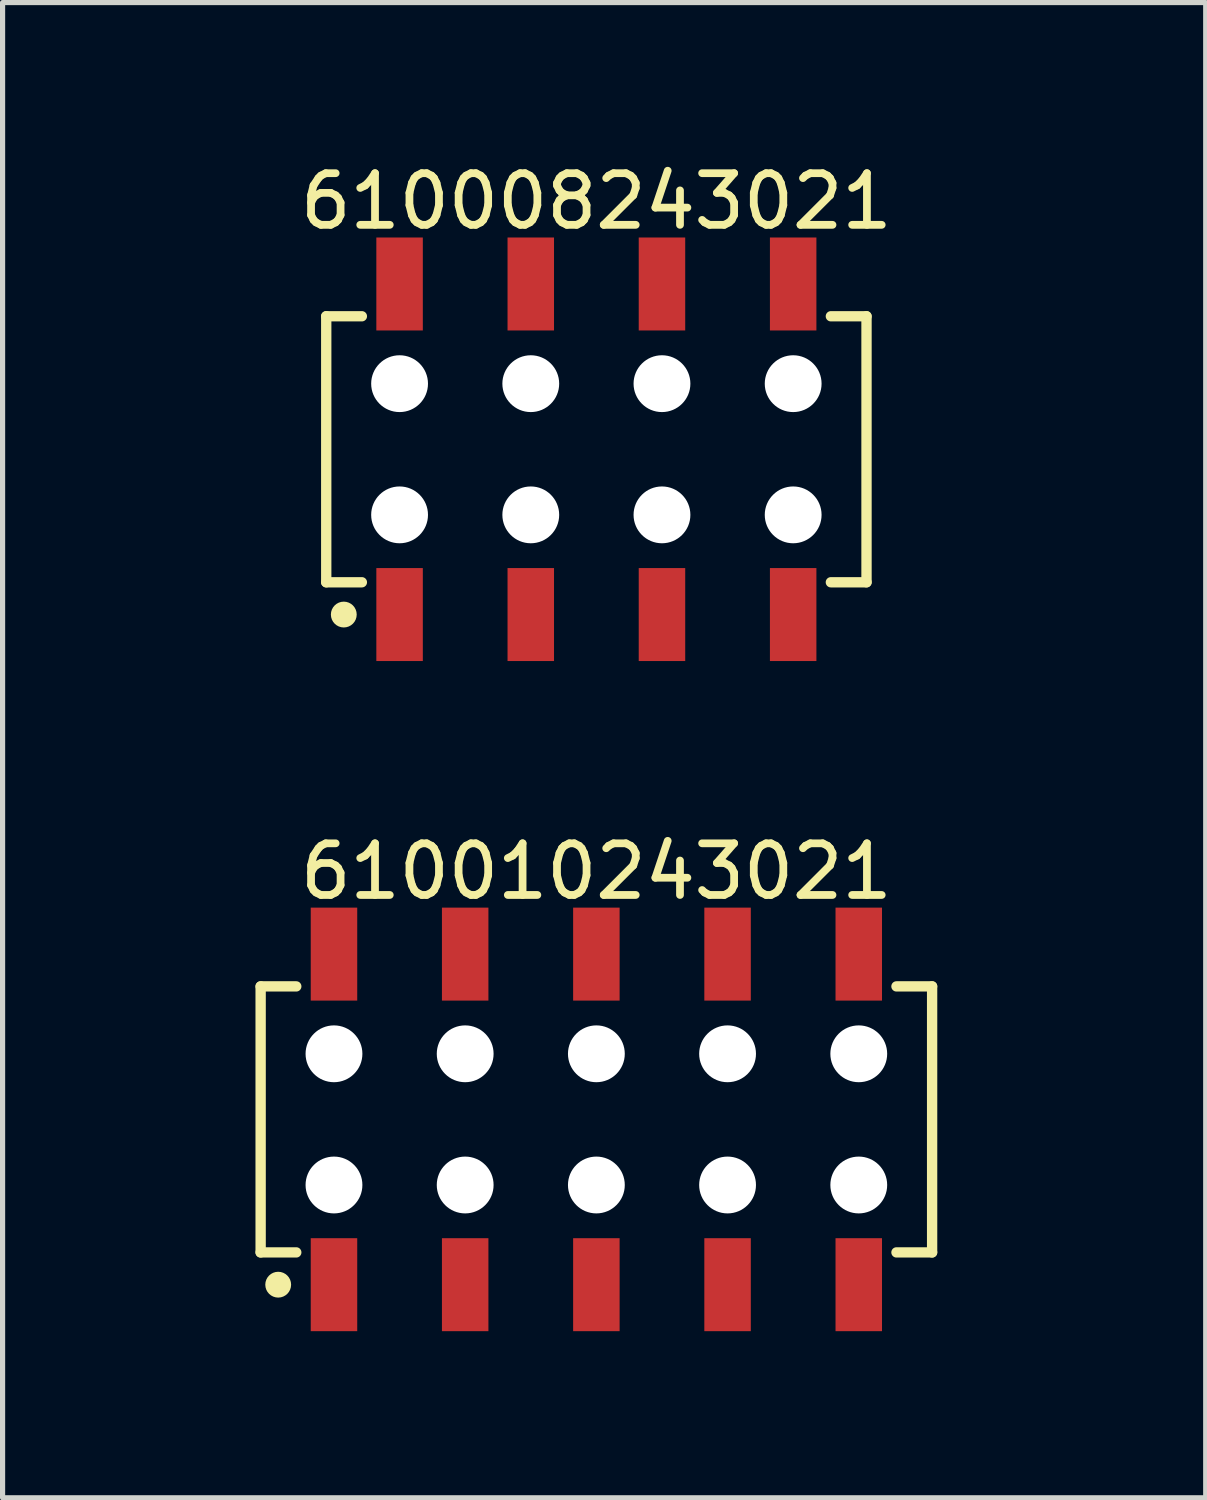
<source format=kicad_pcb>
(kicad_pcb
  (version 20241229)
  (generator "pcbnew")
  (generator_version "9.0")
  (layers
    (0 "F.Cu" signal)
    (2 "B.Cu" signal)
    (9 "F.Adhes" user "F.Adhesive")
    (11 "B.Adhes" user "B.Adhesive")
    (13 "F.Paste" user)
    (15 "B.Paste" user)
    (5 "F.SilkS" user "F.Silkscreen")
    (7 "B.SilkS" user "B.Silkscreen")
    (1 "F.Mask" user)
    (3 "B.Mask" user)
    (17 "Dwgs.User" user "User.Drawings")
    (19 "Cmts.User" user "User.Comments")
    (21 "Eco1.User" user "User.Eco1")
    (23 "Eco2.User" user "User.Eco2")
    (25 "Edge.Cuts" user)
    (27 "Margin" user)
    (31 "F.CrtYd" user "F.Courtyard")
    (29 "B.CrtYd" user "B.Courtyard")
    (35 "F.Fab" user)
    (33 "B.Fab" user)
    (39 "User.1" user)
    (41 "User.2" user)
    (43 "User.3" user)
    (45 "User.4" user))
  (footprint "610008243021"
    (layer "F.Cu")
    (at 8.496 5.648)
    (property "Reference" "610008243021" (at 0 -4.8 0) (layer "F.SilkS") (effects (font (size 1 1) (thickness 0.15))))
    (fp_line (start -5.23 -2.575) (end -4.54 -2.575) (stroke (width 0.2) (type solid)) (layer "F.SilkS"))
    (fp_line (start -5.23 2.575) (end -5.23 -2.575) (stroke (width 0.2) (type solid)) (layer "F.SilkS"))
    (fp_line (start -5.23 2.575) (end -4.54 2.575) (stroke (width 0.2) (type solid)) (layer "F.SilkS"))
    (fp_line (start 4.54 -2.575) (end 5.23 -2.575) (stroke (width 0.2) (type solid)) (layer "F.SilkS"))
    (fp_line (start 4.54 2.575) (end 5.23 2.575) (stroke (width 0.2) (type solid)) (layer "F.SilkS"))
    (fp_line (start 5.23 2.575) (end 5.23 -2.575) (stroke (width 0.2) (type solid)) (layer "F.SilkS"))
    (fp_circle (center -4.89 3.2) (end -4.89 3.075) (stroke (width 0.25) (type solid)) (fill no) (layer "F.SilkS"))
    (fp_line (start -5.43 -4.3) (end 5.43 -4.3) (stroke (width 0.05) (type solid)) (layer "Eco2.User"))
    (fp_line (start -5.43 4.3) (end -5.43 -4.3) (stroke (width 0.05) (type solid)) (layer "Eco2.User"))
    (fp_line (start -5.43 4.3) (end 5.43 4.3) (stroke (width 0.05) (type solid)) (layer "Eco2.User"))
    (fp_line (start -5.08 -2.5) (end 5.08 -2.5) (stroke (width 0.1) (type solid)) (layer "Eco2.User"))
    (fp_line (start -5.08 2.5) (end -5.08 -2.5) (stroke (width 0.1) (type solid)) (layer "Eco2.User"))
    (fp_line (start -5.08 2.5) (end 5.08 2.5) (stroke (width 0.1) (type solid)) (layer "Eco2.User"))
    (fp_line (start -4.06 -3.6) (end -3.56 -3.6) (stroke (width 0.1) (type solid)) (layer "Eco2.User"))
    (fp_line (start -4.06 -2.5) (end -4.06 -3.6) (stroke (width 0.1) (type solid)) (layer "Eco2.User"))
    (fp_line (start -4.06 3.6) (end -4.06 2.5) (stroke (width 0.1) (type solid)) (layer "Eco2.User"))
    (fp_line (start -4.06 3.6) (end -3.56 3.6) (stroke (width 0.1) (type solid)) (layer "Eco2.User"))
    (fp_line (start -3.56 -2.5) (end -3.56 -3.6) (stroke (width 0.1) (type solid)) (layer "Eco2.User"))
    (fp_line (start -3.56 3.6) (end -3.56 2.5) (stroke (width 0.1) (type solid)) (layer "Eco2.User"))
    (fp_line (start -1.52 -3.6) (end -1.02 -3.6) (stroke (width 0.1) (type solid)) (layer "Eco2.User"))
    (fp_line (start -1.52 -2.5) (end -1.52 -3.6) (stroke (width 0.1) (type solid)) (layer "Eco2.User"))
    (fp_line (start -1.52 3.6) (end -1.52 2.5) (stroke (width 0.1) (type solid)) (layer "Eco2.User"))
    (fp_line (start -1.52 3.6) (end -1.02 3.6) (stroke (width 0.1) (type solid)) (layer "Eco2.User"))
    (fp_line (start -1.02 -2.5) (end -1.02 -3.6) (stroke (width 0.1) (type solid)) (layer "Eco2.User"))
    (fp_line (start -1.02 3.6) (end -1.02 2.5) (stroke (width 0.1) (type solid)) (layer "Eco2.User"))
    (fp_line (start -0.5 0) (end 0.5 0) (stroke (width 0.05) (type solid)) (layer "Eco2.User"))
    (fp_line (start 0 0.5) (end 0 -0.5) (stroke (width 0.05) (type solid)) (layer "Eco2.User"))
    (fp_line (start 1.02 -3.6) (end 1.52 -3.6) (stroke (width 0.1) (type solid)) (layer "Eco2.User"))
    (fp_line (start 1.02 -2.5) (end 1.02 -3.6) (stroke (width 0.1) (type solid)) (layer "Eco2.User"))
    (fp_line (start 1.02 3.6) (end 1.02 2.5) (stroke (width 0.1) (type solid)) (layer "Eco2.User"))
    (fp_line (start 1.02 3.6) (end 1.52 3.6) (stroke (width 0.1) (type solid)) (layer "Eco2.User"))
    (fp_line (start 1.52 -2.5) (end 1.52 -3.6) (stroke (width 0.1) (type solid)) (layer "Eco2.User"))
    (fp_line (start 1.52 3.6) (end 1.52 2.5) (stroke (width 0.1) (type solid)) (layer "Eco2.User"))
    (fp_line (start 3.56 -3.6) (end 4.06 -3.6) (stroke (width 0.1) (type solid)) (layer "Eco2.User"))
    (fp_line (start 3.56 -2.5) (end 3.56 -3.6) (stroke (width 0.1) (type solid)) (layer "Eco2.User"))
    (fp_line (start 3.56 3.6) (end 3.56 2.5) (stroke (width 0.1) (type solid)) (layer "Eco2.User"))
    (fp_line (start 3.56 3.6) (end 4.06 3.6) (stroke (width 0.1) (type solid)) (layer "Eco2.User"))
    (fp_line (start 4.06 -2.5) (end 4.06 -3.6) (stroke (width 0.1) (type solid)) (layer "Eco2.User"))
    (fp_line (start 4.06 3.6) (end 4.06 2.5) (stroke (width 0.1) (type solid)) (layer "Eco2.User"))
    (fp_line (start 5.08 2.5) (end 5.08 -2.5) (stroke (width 0.1) (type solid)) (layer "Eco2.User"))
    (fp_line (start 5.43 4.3) (end 5.43 -4.3) (stroke (width 0.05) (type solid)) (layer "Eco2.User"))
    (fp_text user "${REFERENCE}" (at 0.15 -0.197 0) (unlocked yes) (layer "User.3") (effects (font (size 1.5 1.5) (thickness 0.15))))
    (pad "" np_thru_hole circle (at -3.81 -1.27) (size 1.1 1.1) (drill 1.1) (layers "*.Cu" "*.Mask"))
    (pad "" np_thru_hole circle (at -3.81 1.27) (size 1.1 1.1) (drill 1.1) (layers "*.Cu" "*.Mask"))
    (pad "" np_thru_hole circle (at -1.27 -1.27) (size 1.1 1.1) (drill 1.1) (layers "*.Cu" "*.Mask"))
    (pad "" np_thru_hole circle (at -1.27 1.27) (size 1.1 1.1) (drill 1.1) (layers "*.Cu" "*.Mask"))
    (pad "" np_thru_hole circle (at 1.27 -1.27) (size 1.1 1.1) (drill 1.1) (layers "*.Cu" "*.Mask"))
    (pad "" np_thru_hole circle (at 1.27 1.27) (size 1.1 1.1) (drill 1.1) (layers "*.Cu" "*.Mask"))
    (pad "" np_thru_hole circle (at 3.81 -1.27) (size 1.1 1.1) (drill 1.1) (layers "*.Cu" "*.Mask"))
    (pad "" np_thru_hole circle (at 3.81 1.27) (size 1.1 1.1) (drill 1.1) (layers "*.Cu" "*.Mask"))
    (pad "1" smd rect (at -3.81 3.2) (size 0.9 1.8) (layers "F.Cu" "F.Mask" "F.Paste"))
    (pad "2" smd rect (at -3.81 -3.2) (size 0.9 1.8) (layers "F.Cu" "F.Mask" "F.Paste"))
    (pad "3" smd rect (at -1.27 3.2) (size 0.9 1.8) (layers "F.Cu" "F.Mask" "F.Paste"))
    (pad "4" smd rect (at -1.27 -3.2) (size 0.9 1.8) (layers "F.Cu" "F.Mask" "F.Paste"))
    (pad "5" smd rect (at 1.27 3.2) (size 0.9 1.8) (layers "F.Cu" "F.Mask" "F.Paste"))
    (pad "6" smd rect (at 1.27 -3.2) (size 0.9 1.8) (layers "F.Cu" "F.Mask" "F.Paste"))
    (pad "7" smd rect (at 3.81 3.2) (size 0.9 1.8) (layers "F.Cu" "F.Mask" "F.Paste"))
    (pad "8" smd rect (at 3.81 -3.2) (size 0.9 1.8) (layers "F.Cu" "F.Mask" "F.Paste")))
  (footprint "610010243021"
    (layer "F.Cu")
    (at 8.496 18.622)
    (property "Reference" "610010243021" (at 0 -4.8 0) (layer "F.SilkS") (effects (font (size 1 1) (thickness 0.15))))
    (fp_line (start -6.5 -2.575) (end -5.81 -2.575) (stroke (width 0.2) (type solid)) (layer "F.SilkS"))
    (fp_line (start -6.5 2.575) (end -6.5 -2.575) (stroke (width 0.2) (type solid)) (layer "F.SilkS"))
    (fp_line (start -6.5 2.575) (end -5.81 2.575) (stroke (width 0.2) (type solid)) (layer "F.SilkS"))
    (fp_line (start 5.81 -2.575) (end 6.5 -2.575) (stroke (width 0.2) (type solid)) (layer "F.SilkS"))
    (fp_line (start 5.81 2.575) (end 6.5 2.575) (stroke (width 0.2) (type solid)) (layer "F.SilkS"))
    (fp_line (start 6.5 2.575) (end 6.5 -2.575) (stroke (width 0.2) (type solid)) (layer "F.SilkS"))
    (fp_circle (center -6.16 3.2) (end -6.16 3.075) (stroke (width 0.25) (type solid)) (fill no) (layer "F.SilkS"))
    (fp_line (start -6.7 -4.3) (end 6.7 -4.3) (stroke (width 0.05) (type solid)) (layer "Eco2.User"))
    (fp_line (start -6.7 4.3) (end -6.7 -4.3) (stroke (width 0.05) (type solid)) (layer "Eco2.User"))
    (fp_line (start -6.7 4.3) (end 6.7 4.3) (stroke (width 0.05) (type solid)) (layer "Eco2.User"))
    (fp_line (start -6.35 -2.5) (end 6.35 -2.5) (stroke (width 0.1) (type solid)) (layer "Eco2.User"))
    (fp_line (start -6.35 2.5) (end -6.35 -2.5) (stroke (width 0.1) (type solid)) (layer "Eco2.User"))
    (fp_line (start -6.35 2.5) (end 6.35 2.5) (stroke (width 0.1) (type solid)) (layer "Eco2.User"))
    (fp_line (start -5.33 -3.6) (end -4.83 -3.6) (stroke (width 0.1) (type solid)) (layer "Eco2.User"))
    (fp_line (start -5.33 -2.5) (end -5.33 -3.6) (stroke (width 0.1) (type solid)) (layer "Eco2.User"))
    (fp_line (start -5.33 3.6) (end -5.33 2.5) (stroke (width 0.1) (type solid)) (layer "Eco2.User"))
    (fp_line (start -5.33 3.6) (end -4.83 3.6) (stroke (width 0.1) (type solid)) (layer "Eco2.User"))
    (fp_line (start -4.83 -2.5) (end -4.83 -3.6) (stroke (width 0.1) (type solid)) (layer "Eco2.User"))
    (fp_line (start -4.83 3.6) (end -4.83 2.5) (stroke (width 0.1) (type solid)) (layer "Eco2.User"))
    (fp_line (start -2.79 -3.6) (end -2.29 -3.6) (stroke (width 0.1) (type solid)) (layer "Eco2.User"))
    (fp_line (start -2.79 -2.5) (end -2.79 -3.6) (stroke (width 0.1) (type solid)) (layer "Eco2.User"))
    (fp_line (start -2.79 3.6) (end -2.79 2.5) (stroke (width 0.1) (type solid)) (layer "Eco2.User"))
    (fp_line (start -2.79 3.6) (end -2.29 3.6) (stroke (width 0.1) (type solid)) (layer "Eco2.User"))
    (fp_line (start -2.29 -2.5) (end -2.29 -3.6) (stroke (width 0.1) (type solid)) (layer "Eco2.User"))
    (fp_line (start -2.29 3.6) (end -2.29 2.5) (stroke (width 0.1) (type solid)) (layer "Eco2.User"))
    (fp_line (start -0.5 0) (end 0.5 0) (stroke (width 0.05) (type solid)) (layer "Eco2.User"))
    (fp_line (start -0.25 -3.6) (end 0.25 -3.6) (stroke (width 0.1) (type solid)) (layer "Eco2.User"))
    (fp_line (start -0.25 -2.5) (end -0.25 -3.6) (stroke (width 0.1) (type solid)) (layer "Eco2.User"))
    (fp_line (start -0.25 3.6) (end -0.25 2.5) (stroke (width 0.1) (type solid)) (layer "Eco2.User"))
    (fp_line (start -0.25 3.6) (end 0.25 3.6) (stroke (width 0.1) (type solid)) (layer "Eco2.User"))
    (fp_line (start 0 0.5) (end 0 -0.5) (stroke (width 0.05) (type solid)) (layer "Eco2.User"))
    (fp_line (start 0.25 -2.5) (end 0.25 -3.6) (stroke (width 0.1) (type solid)) (layer "Eco2.User"))
    (fp_line (start 0.25 3.6) (end 0.25 2.5) (stroke (width 0.1) (type solid)) (layer "Eco2.User"))
    (fp_line (start 2.29 -3.6) (end 2.79 -3.6) (stroke (width 0.1) (type solid)) (layer "Eco2.User"))
    (fp_line (start 2.29 -2.5) (end 2.29 -3.6) (stroke (width 0.1) (type solid)) (layer "Eco2.User"))
    (fp_line (start 2.29 3.6) (end 2.29 2.5) (stroke (width 0.1) (type solid)) (layer "Eco2.User"))
    (fp_line (start 2.29 3.6) (end 2.79 3.6) (stroke (width 0.1) (type solid)) (layer "Eco2.User"))
    (fp_line (start 2.79 -2.5) (end 2.79 -3.6) (stroke (width 0.1) (type solid)) (layer "Eco2.User"))
    (fp_line (start 2.79 3.6) (end 2.79 2.5) (stroke (width 0.1) (type solid)) (layer "Eco2.User"))
    (fp_line (start 4.83 -3.6) (end 5.33 -3.6) (stroke (width 0.1) (type solid)) (layer "Eco2.User"))
    (fp_line (start 4.83 -2.5) (end 4.83 -3.6) (stroke (width 0.1) (type solid)) (layer "Eco2.User"))
    (fp_line (start 4.83 3.6) (end 4.83 2.5) (stroke (width 0.1) (type solid)) (layer "Eco2.User"))
    (fp_line (start 4.83 3.6) (end 5.33 3.6) (stroke (width 0.1) (type solid)) (layer "Eco2.User"))
    (fp_line (start 5.33 -2.5) (end 5.33 -3.6) (stroke (width 0.1) (type solid)) (layer "Eco2.User"))
    (fp_line (start 5.33 3.6) (end 5.33 2.5) (stroke (width 0.1) (type solid)) (layer "Eco2.User"))
    (fp_line (start 6.35 2.5) (end 6.35 -2.5) (stroke (width 0.1) (type solid)) (layer "Eco2.User"))
    (fp_line (start 6.7 4.3) (end 6.7 -4.3) (stroke (width 0.05) (type solid)) (layer "Eco2.User"))
    (fp_text user "${REFERENCE}" (at 0.15 -0.197 0) (unlocked yes) (layer "User.3") (effects (font (size 1.5 1.5) (thickness 0.15))))
    (pad "" np_thru_hole circle (at -5.08 -1.27) (size 1.1 1.1) (drill 1.1) (layers "*.Cu" "*.Mask"))
    (pad "" np_thru_hole circle (at -5.08 1.27) (size 1.1 1.1) (drill 1.1) (layers "*.Cu" "*.Mask"))
    (pad "" np_thru_hole circle (at -2.54 -1.27) (size 1.1 1.1) (drill 1.1) (layers "*.Cu" "*.Mask"))
    (pad "" np_thru_hole circle (at -2.54 1.27) (size 1.1 1.1) (drill 1.1) (layers "*.Cu" "*.Mask"))
    (pad "" np_thru_hole circle (at 0 -1.27) (size 1.1 1.1) (drill 1.1) (layers "*.Cu" "*.Mask"))
    (pad "" np_thru_hole circle (at 0 1.27) (size 1.1 1.1) (drill 1.1) (layers "*.Cu" "*.Mask"))
    (pad "" np_thru_hole circle (at 2.54 -1.27) (size 1.1 1.1) (drill 1.1) (layers "*.Cu" "*.Mask"))
    (pad "" np_thru_hole circle (at 2.54 1.27) (size 1.1 1.1) (drill 1.1) (layers "*.Cu" "*.Mask"))
    (pad "" np_thru_hole circle (at 5.08 -1.27) (size 1.1 1.1) (drill 1.1) (layers "*.Cu" "*.Mask"))
    (pad "" np_thru_hole circle (at 5.08 1.27) (size 1.1 1.1) (drill 1.1) (layers "*.Cu" "*.Mask"))
    (pad "1" smd rect (at -5.08 3.2) (size 0.9 1.8) (layers "F.Cu" "F.Mask" "F.Paste"))
    (pad "2" smd rect (at -5.08 -3.2) (size 0.9 1.8) (layers "F.Cu" "F.Mask" "F.Paste"))
    (pad "3" smd rect (at -2.54 3.2) (size 0.9 1.8) (layers "F.Cu" "F.Mask" "F.Paste"))
    (pad "4" smd rect (at -2.54 -3.2) (size 0.9 1.8) (layers "F.Cu" "F.Mask" "F.Paste"))
    (pad "5" smd rect (at 0 3.2) (size 0.9 1.8) (layers "F.Cu" "F.Mask" "F.Paste"))
    (pad "6" smd rect (at 0 -3.2) (size 0.9 1.8) (layers "F.Cu" "F.Mask" "F.Paste"))
    (pad "7" smd rect (at 2.54 3.2) (size 0.9 1.8) (layers "F.Cu" "F.Mask" "F.Paste"))
    (pad "8" smd rect (at 2.54 -3.2) (size 0.9 1.8) (layers "F.Cu" "F.Mask" "F.Paste"))
    (pad "9" smd rect (at 5.08 3.2) (size 0.9 1.8) (layers "F.Cu" "F.Mask" "F.Paste"))
    (pad "10" smd rect (at 5.08 -3.2) (size 0.9 1.8) (layers "F.Cu" "F.Mask" "F.Paste")))
  (gr_rect
    (start -3 -3)
    (end 20.293 25.947)
    (stroke (width 0.1) (type default))
    (fill no)
    (layer "Edge.Cuts")))
</source>
